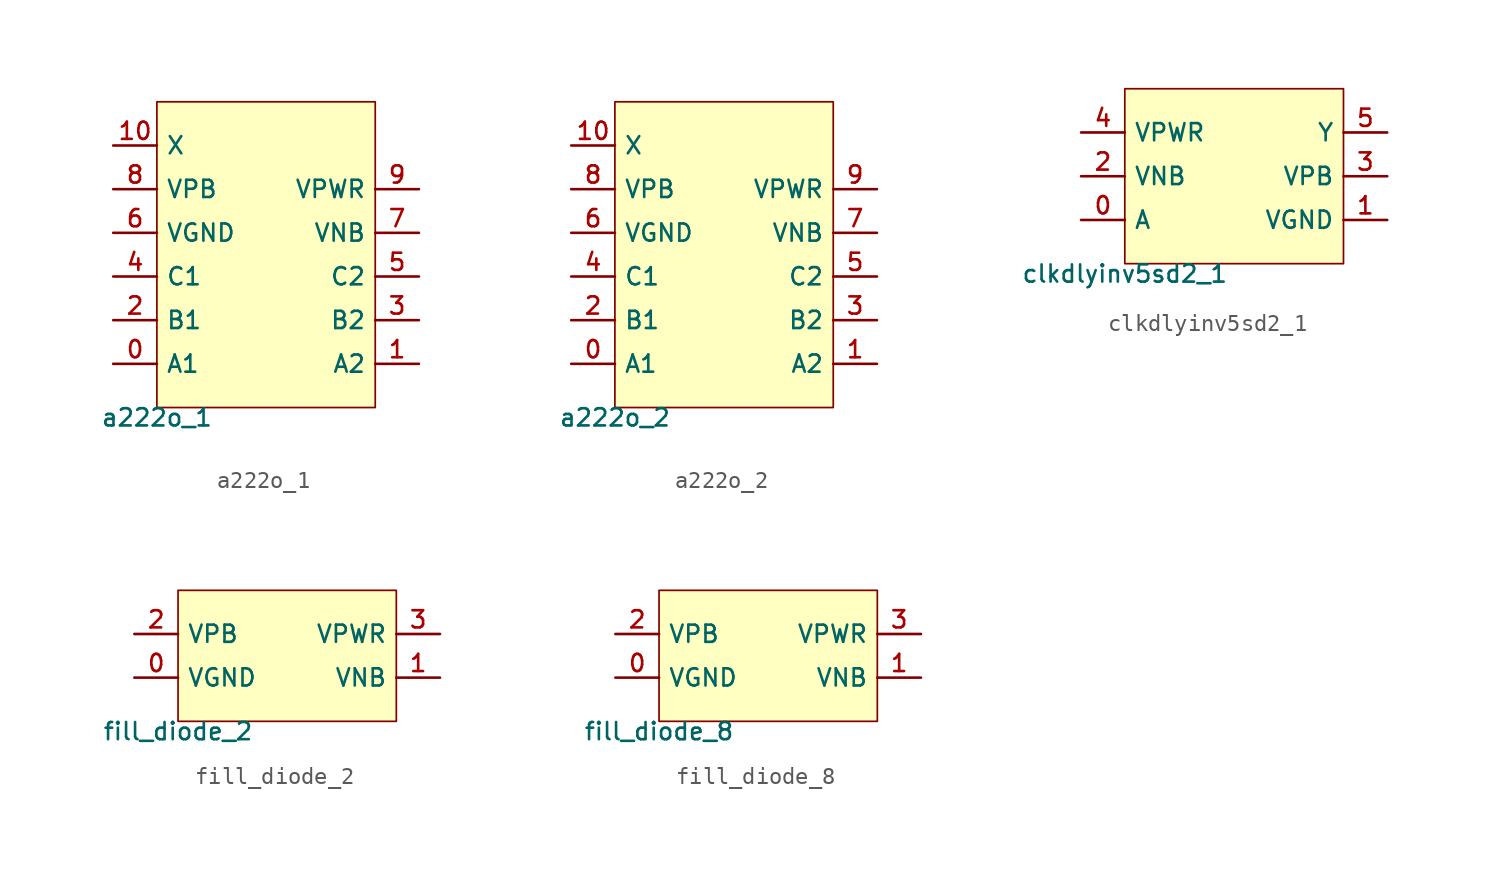
<source format=kicad_sym>
(kicad_symbol_lib
  (version 20211014)
  (generator pdk2kicad)
  (symbol "a222o_1"
    (property "Reference" "X"
      (at 0 0 0)
      (effects (font (size 1 1)) hide))
    (property "Value" "a222o_1"
      (at -6.35 -8.89 0)
      (effects (font (size 1 1)) (justify top)))
    (rectangle
      (start -6.35 -8.89)
      (end 6.35 8.89)
      (stroke (width 0.1) (type solid) (color 0 0 0 0))
      (fill (type background)))
    (pin bidirectional line
      (at -8.89 -6.35 0)
      (length 2.54)
      (name "A1" (effects (font (size 1 1)) hide))
      (number "0" (effects (font (size 1 1)) hide)))
    (pin bidirectional line
      (at 8.89 -6.35 180)
      (length 2.54)
      (name "A2" (effects (font (size 1 1)) hide))
      (number "1" (effects (font (size 1 1)) hide)))
    (pin bidirectional line
      (at -8.89 -3.81 0)
      (length 2.54)
      (name "B1" (effects (font (size 1 1)) hide))
      (number "2" (effects (font (size 1 1)) hide)))
    (pin bidirectional line
      (at 8.89 -3.81 180)
      (length 2.54)
      (name "B2" (effects (font (size 1 1)) hide))
      (number "3" (effects (font (size 1 1)) hide)))
    (pin bidirectional line
      (at -8.89 -1.27 0)
      (length 2.54)
      (name "C1" (effects (font (size 1 1)) hide))
      (number "4" (effects (font (size 1 1)) hide)))
    (pin bidirectional line
      (at 8.89 -1.27 180)
      (length 2.54)
      (name "C2" (effects (font (size 1 1)) hide))
      (number "5" (effects (font (size 1 1)) hide)))
    (pin bidirectional line
      (at -8.89 1.27 0)
      (length 2.54)
      (name "VGND" (effects (font (size 1 1)) hide))
      (number "6" (effects (font (size 1 1)) hide)))
    (pin bidirectional line
      (at 8.89 1.27 180)
      (length 2.54)
      (name "VNB" (effects (font (size 1 1)) hide))
      (number "7" (effects (font (size 1 1)) hide)))
    (pin bidirectional line
      (at -8.89 3.81 0)
      (length 2.54)
      (name "VPB" (effects (font (size 1 1)) hide))
      (number "8" (effects (font (size 1 1)) hide)))
    (pin bidirectional line
      (at 8.89 3.81 180)
      (length 2.54)
      (name "VPWR" (effects (font (size 1 1)) hide))
      (number "9" (effects (font (size 1 1)) hide)))
    (pin bidirectional line
      (at -8.89 6.35 0)
      (length 2.54)
      (name "X" (effects (font (size 1 1)) hide))
      (number "10" (effects (font (size 1 1)) hide))))
  (symbol "a222o_2"
    (property "Reference" "X"
      (at 0 0 0)
      (effects (font (size 1 1)) hide))
    (property "Value" "a222o_2"
      (at -6.35 -8.89 0)
      (effects (font (size 1 1)) (justify top)))
    (rectangle
      (start -6.35 -8.89)
      (end 6.35 8.89)
      (stroke (width 0.1) (type solid) (color 0 0 0 0))
      (fill (type background)))
    (pin bidirectional line
      (at -8.89 -6.35 0)
      (length 2.54)
      (name "A1" (effects (font (size 1 1)) hide))
      (number "0" (effects (font (size 1 1)) hide)))
    (pin bidirectional line
      (at 8.89 -6.35 180)
      (length 2.54)
      (name "A2" (effects (font (size 1 1)) hide))
      (number "1" (effects (font (size 1 1)) hide)))
    (pin bidirectional line
      (at -8.89 -3.81 0)
      (length 2.54)
      (name "B1" (effects (font (size 1 1)) hide))
      (number "2" (effects (font (size 1 1)) hide)))
    (pin bidirectional line
      (at 8.89 -3.81 180)
      (length 2.54)
      (name "B2" (effects (font (size 1 1)) hide))
      (number "3" (effects (font (size 1 1)) hide)))
    (pin bidirectional line
      (at -8.89 -1.27 0)
      (length 2.54)
      (name "C1" (effects (font (size 1 1)) hide))
      (number "4" (effects (font (size 1 1)) hide)))
    (pin bidirectional line
      (at 8.89 -1.27 180)
      (length 2.54)
      (name "C2" (effects (font (size 1 1)) hide))
      (number "5" (effects (font (size 1 1)) hide)))
    (pin bidirectional line
      (at -8.89 1.27 0)
      (length 2.54)
      (name "VGND" (effects (font (size 1 1)) hide))
      (number "6" (effects (font (size 1 1)) hide)))
    (pin bidirectional line
      (at 8.89 1.27 180)
      (length 2.54)
      (name "VNB" (effects (font (size 1 1)) hide))
      (number "7" (effects (font (size 1 1)) hide)))
    (pin bidirectional line
      (at -8.89 3.81 0)
      (length 2.54)
      (name "VPB" (effects (font (size 1 1)) hide))
      (number "8" (effects (font (size 1 1)) hide)))
    (pin bidirectional line
      (at 8.89 3.81 180)
      (length 2.54)
      (name "VPWR" (effects (font (size 1 1)) hide))
      (number "9" (effects (font (size 1 1)) hide)))
    (pin bidirectional line
      (at -8.89 6.35 0)
      (length 2.54)
      (name "X" (effects (font (size 1 1)) hide))
      (number "10" (effects (font (size 1 1)) hide))))
  (symbol "clkdlyinv5sd2_1"
    (property "Reference" "X"
      (at 0 0 0)
      (effects (font (size 1 1)) hide))
    (property "Value" "clkdlyinv5sd2_1"
      (at -6.35 -5.08 0)
      (effects (font (size 1 1)) (justify top)))
    (rectangle
      (start -6.35 -5.08)
      (end 6.35 5.08)
      (stroke (width 0.1) (type solid) (color 0 0 0 0))
      (fill (type background)))
    (pin bidirectional line
      (at -8.89 -2.54 0)
      (length 2.54)
      (name "A" (effects (font (size 1 1)) hide))
      (number "0" (effects (font (size 1 1)) hide)))
    (pin bidirectional line
      (at 8.89 -2.54 180)
      (length 2.54)
      (name "VGND" (effects (font (size 1 1)) hide))
      (number "1" (effects (font (size 1 1)) hide)))
    (pin bidirectional line
      (at -8.89 0.0 0)
      (length 2.54)
      (name "VNB" (effects (font (size 1 1)) hide))
      (number "2" (effects (font (size 1 1)) hide)))
    (pin bidirectional line
      (at 8.89 0.0 180)
      (length 2.54)
      (name "VPB" (effects (font (size 1 1)) hide))
      (number "3" (effects (font (size 1 1)) hide)))
    (pin bidirectional line
      (at -8.89 2.54 0)
      (length 2.54)
      (name "VPWR" (effects (font (size 1 1)) hide))
      (number "4" (effects (font (size 1 1)) hide)))
    (pin bidirectional line
      (at 8.89 2.54 180)
      (length 2.54)
      (name "Y" (effects (font (size 1 1)) hide))
      (number "5" (effects (font (size 1 1)) hide))))
  (symbol "fill_diode_2"
    (property "Reference" "X"
      (at 0 0 0)
      (effects (font (size 1 1)) hide))
    (property "Value" "fill_diode_2"
      (at -6.35 -3.81 0)
      (effects (font (size 1 1)) (justify top)))
    (rectangle
      (start -6.35 -3.81)
      (end 6.35 3.81)
      (stroke (width 0.1) (type solid) (color 0 0 0 0))
      (fill (type background)))
    (pin bidirectional line
      (at -8.89 -1.27 0)
      (length 2.54)
      (name "VGND" (effects (font (size 1 1)) hide))
      (number "0" (effects (font (size 1 1)) hide)))
    (pin bidirectional line
      (at 8.89 -1.27 180)
      (length 2.54)
      (name "VNB" (effects (font (size 1 1)) hide))
      (number "1" (effects (font (size 1 1)) hide)))
    (pin bidirectional line
      (at -8.89 1.27 0)
      (length 2.54)
      (name "VPB" (effects (font (size 1 1)) hide))
      (number "2" (effects (font (size 1 1)) hide)))
    (pin bidirectional line
      (at 8.89 1.27 180)
      (length 2.54)
      (name "VPWR" (effects (font (size 1 1)) hide))
      (number "3" (effects (font (size 1 1)) hide))))
  (symbol "fill_diode_8"
    (property "Reference" "X"
      (at 0 0 0)
      (effects (font (size 1 1)) hide))
    (property "Value" "fill_diode_8"
      (at -6.35 -3.81 0)
      (effects (font (size 1 1)) (justify top)))
    (rectangle
      (start -6.35 -3.81)
      (end 6.35 3.81)
      (stroke (width 0.1) (type solid) (color 0 0 0 0))
      (fill (type background)))
    (pin bidirectional line
      (at -8.89 -1.27 0)
      (length 2.54)
      (name "VGND" (effects (font (size 1 1)) hide))
      (number "0" (effects (font (size 1 1)) hide)))
    (pin bidirectional line
      (at 8.89 -1.27 180)
      (length 2.54)
      (name "VNB" (effects (font (size 1 1)) hide))
      (number "1" (effects (font (size 1 1)) hide)))
    (pin bidirectional line
      (at -8.89 1.27 0)
      (length 2.54)
      (name "VPB" (effects (font (size 1 1)) hide))
      (number "2" (effects (font (size 1 1)) hide)))
    (pin bidirectional line
      (at 8.89 1.27 180)
      (length 2.54)
      (name "VPWR" (effects (font (size 1 1)) hide))
      (number "3" (effects (font (size 1 1)) hide)))))
</source>
